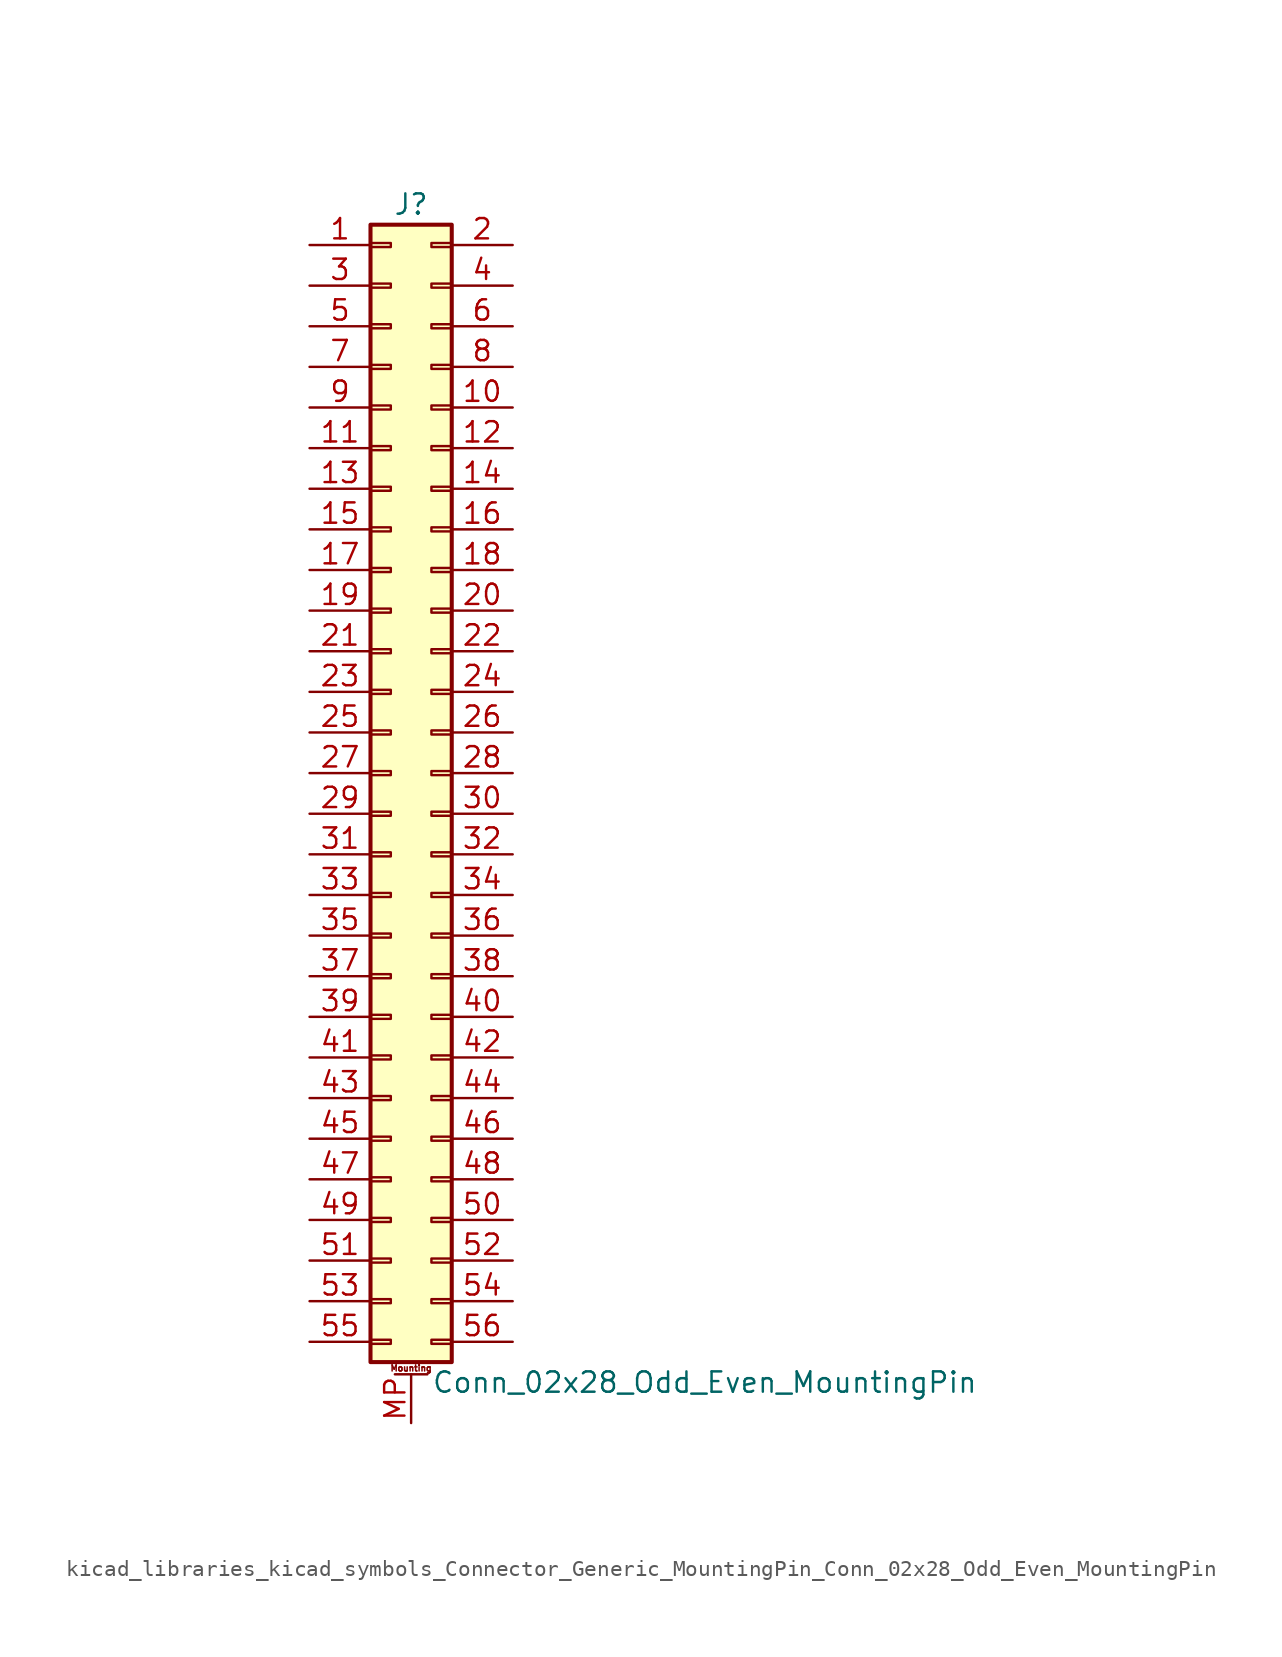
<source format=kicad_sym>
(kicad_symbol_lib
  (version 20220914)
  (generator kicad_symbol_editor)
  (symbol "kicad_libraries_kicad_symbols_Connector_Generic_MountingPin_Conn_02x28_Odd_Even_MountingPin"
    (pin_names
      (offset 1.016) hide)
    (property "Reference" "J"
      (at 1.27 35.56 0)
      (effects (font (size 1.27 1.27))))
    (property "Value" "Conn_02x28_Odd_Even_MountingPin"
      (at 2.54 -38.1 0)
      (effects (font (size 1.27 1.27)) (justify left)))
    (symbol "kicad_libraries_kicad_symbols_Connector_Generic_MountingPin_Conn_02x28_Odd_Even_MountingPin_1_1"
      (rectangle (start -1.27 -35.433) (end 0 -35.687) (stroke (width 0.152) (type default)) (fill (type none)))
      (rectangle (start -1.27 -32.893) (end 0 -33.147) (stroke (width 0.152) (type default)) (fill (type none)))
      (rectangle (start -1.27 -30.353) (end 0 -30.607) (stroke (width 0.152) (type default)) (fill (type none)))
      (rectangle (start -1.27 -27.813) (end 0 -28.067) (stroke (width 0.152) (type default)) (fill (type none)))
      (rectangle (start -1.27 -25.273) (end 0 -25.527) (stroke (width 0.152) (type default)) (fill (type none)))
      (rectangle (start -1.27 -22.733) (end 0 -22.987) (stroke (width 0.152) (type default)) (fill (type none)))
      (rectangle (start -1.27 -20.193) (end 0 -20.447) (stroke (width 0.152) (type default)) (fill (type none)))
      (rectangle (start -1.27 -17.653) (end 0 -17.907) (stroke (width 0.152) (type default)) (fill (type none)))
      (rectangle (start -1.27 -15.113) (end 0 -15.367) (stroke (width 0.152) (type default)) (fill (type none)))
      (rectangle (start -1.27 -12.573) (end 0 -12.827) (stroke (width 0.152) (type default)) (fill (type none)))
      (rectangle (start -1.27 -10.033) (end 0 -10.287) (stroke (width 0.152) (type default)) (fill (type none)))
      (rectangle (start -1.27 -7.493) (end 0 -7.747) (stroke (width 0.152) (type default)) (fill (type none)))
      (rectangle (start -1.27 -4.953) (end 0 -5.207) (stroke (width 0.152) (type default)) (fill (type none)))
      (rectangle (start -1.27 -2.413) (end 0 -2.667) (stroke (width 0.152) (type default)) (fill (type none)))
      (rectangle (start -1.27 0.127) (end 0 -0.127) (stroke (width 0.152) (type default)) (fill (type none)))
      (rectangle (start -1.27 2.667) (end 0 2.413) (stroke (width 0.152) (type default)) (fill (type none)))
      (rectangle (start -1.27 5.207) (end 0 4.953) (stroke (width 0.152) (type default)) (fill (type none)))
      (rectangle (start -1.27 7.747) (end 0 7.493) (stroke (width 0.152) (type default)) (fill (type none)))
      (rectangle (start -1.27 10.287) (end 0 10.033) (stroke (width 0.152) (type default)) (fill (type none)))
      (rectangle (start -1.27 12.827) (end 0 12.573) (stroke (width 0.152) (type default)) (fill (type none)))
      (rectangle (start -1.27 15.367) (end 0 15.113) (stroke (width 0.152) (type default)) (fill (type none)))
      (rectangle (start -1.27 17.907) (end 0 17.653) (stroke (width 0.152) (type default)) (fill (type none)))
      (rectangle (start -1.27 20.447) (end 0 20.193) (stroke (width 0.152) (type default)) (fill (type none)))
      (rectangle (start -1.27 22.987) (end 0 22.733) (stroke (width 0.152) (type default)) (fill (type none)))
      (rectangle (start -1.27 25.527) (end 0 25.273) (stroke (width 0.152) (type default)) (fill (type none)))
      (rectangle (start -1.27 28.067) (end 0 27.813) (stroke (width 0.152) (type default)) (fill (type none)))
      (rectangle (start -1.27 30.607) (end 0 30.353) (stroke (width 0.152) (type default)) (fill (type none)))
      (rectangle (start -1.27 33.147) (end 0 32.893) (stroke (width 0.152) (type default)) (fill (type none)))
      (rectangle (start -1.27 34.29) (end 3.81 -36.83) (stroke (width 0.254) (type default)) (fill (type background)))
      (polyline (pts (xy 0.254 -37.592) (xy 2.286 -37.592)) (stroke (width 0.152) (type default)) (fill (type none)))
      (rectangle (start 3.81 -35.433) (end 2.54 -35.687) (stroke (width 0.152) (type default)) (fill (type none)))
      (rectangle (start 3.81 -32.893) (end 2.54 -33.147) (stroke (width 0.152) (type default)) (fill (type none)))
      (rectangle (start 3.81 -30.353) (end 2.54 -30.607) (stroke (width 0.152) (type default)) (fill (type none)))
      (rectangle (start 3.81 -27.813) (end 2.54 -28.067) (stroke (width 0.152) (type default)) (fill (type none)))
      (rectangle (start 3.81 -25.273) (end 2.54 -25.527) (stroke (width 0.152) (type default)) (fill (type none)))
      (rectangle (start 3.81 -22.733) (end 2.54 -22.987) (stroke (width 0.152) (type default)) (fill (type none)))
      (rectangle (start 3.81 -20.193) (end 2.54 -20.447) (stroke (width 0.152) (type default)) (fill (type none)))
      (rectangle (start 3.81 -17.653) (end 2.54 -17.907) (stroke (width 0.152) (type default)) (fill (type none)))
      (rectangle (start 3.81 -15.113) (end 2.54 -15.367) (stroke (width 0.152) (type default)) (fill (type none)))
      (rectangle (start 3.81 -12.573) (end 2.54 -12.827) (stroke (width 0.152) (type default)) (fill (type none)))
      (rectangle (start 3.81 -10.033) (end 2.54 -10.287) (stroke (width 0.152) (type default)) (fill (type none)))
      (rectangle (start 3.81 -7.493) (end 2.54 -7.747) (stroke (width 0.152) (type default)) (fill (type none)))
      (rectangle (start 3.81 -4.953) (end 2.54 -5.207) (stroke (width 0.152) (type default)) (fill (type none)))
      (rectangle (start 3.81 -2.413) (end 2.54 -2.667) (stroke (width 0.152) (type default)) (fill (type none)))
      (rectangle (start 3.81 0.127) (end 2.54 -0.127) (stroke (width 0.152) (type default)) (fill (type none)))
      (rectangle (start 3.81 2.667) (end 2.54 2.413) (stroke (width 0.152) (type default)) (fill (type none)))
      (rectangle (start 3.81 5.207) (end 2.54 4.953) (stroke (width 0.152) (type default)) (fill (type none)))
      (rectangle (start 3.81 7.747) (end 2.54 7.493) (stroke (width 0.152) (type default)) (fill (type none)))
      (rectangle (start 3.81 10.287) (end 2.54 10.033) (stroke (width 0.152) (type default)) (fill (type none)))
      (rectangle (start 3.81 12.827) (end 2.54 12.573) (stroke (width 0.152) (type default)) (fill (type none)))
      (rectangle (start 3.81 15.367) (end 2.54 15.113) (stroke (width 0.152) (type default)) (fill (type none)))
      (rectangle (start 3.81 17.907) (end 2.54 17.653) (stroke (width 0.152) (type default)) (fill (type none)))
      (rectangle (start 3.81 20.447) (end 2.54 20.193) (stroke (width 0.152) (type default)) (fill (type none)))
      (rectangle (start 3.81 22.987) (end 2.54 22.733) (stroke (width 0.152) (type default)) (fill (type none)))
      (rectangle (start 3.81 25.527) (end 2.54 25.273) (stroke (width 0.152) (type default)) (fill (type none)))
      (rectangle (start 3.81 28.067) (end 2.54 27.813) (stroke (width 0.152) (type default)) (fill (type none)))
      (rectangle (start 3.81 30.607) (end 2.54 30.353) (stroke (width 0.152) (type default)) (fill (type none)))
      (rectangle (start 3.81 33.147) (end 2.54 32.893) (stroke (width 0.152) (type default)) (fill (type none)))
      (text "Mounting" (at 1.27 -37.211 0) (effects (font (size 0.381 0.381))))
      (pin passive line (at -5.08 33.02 0) (length 3.81) (name "Pin_1" (effects (font (size 1.27 1.27)))) (number "1" (effects (font (size 1.27 1.27)))))
      (pin passive line (at 7.62 22.86 180) (length 3.81) (name "Pin_10" (effects (font (size 1.27 1.27)))) (number "10" (effects (font (size 1.27 1.27)))))
      (pin passive line (at -5.08 20.32 0) (length 3.81) (name "Pin_11" (effects (font (size 1.27 1.27)))) (number "11" (effects (font (size 1.27 1.27)))))
      (pin passive line (at 7.62 20.32 180) (length 3.81) (name "Pin_12" (effects (font (size 1.27 1.27)))) (number "12" (effects (font (size 1.27 1.27)))))
      (pin passive line (at -5.08 17.78 0) (length 3.81) (name "Pin_13" (effects (font (size 1.27 1.27)))) (number "13" (effects (font (size 1.27 1.27)))))
      (pin passive line (at 7.62 17.78 180) (length 3.81) (name "Pin_14" (effects (font (size 1.27 1.27)))) (number "14" (effects (font (size 1.27 1.27)))))
      (pin passive line (at -5.08 15.24 0) (length 3.81) (name "Pin_15" (effects (font (size 1.27 1.27)))) (number "15" (effects (font (size 1.27 1.27)))))
      (pin passive line (at 7.62 15.24 180) (length 3.81) (name "Pin_16" (effects (font (size 1.27 1.27)))) (number "16" (effects (font (size 1.27 1.27)))))
      (pin passive line (at -5.08 12.7 0) (length 3.81) (name "Pin_17" (effects (font (size 1.27 1.27)))) (number "17" (effects (font (size 1.27 1.27)))))
      (pin passive line (at 7.62 12.7 180) (length 3.81) (name "Pin_18" (effects (font (size 1.27 1.27)))) (number "18" (effects (font (size 1.27 1.27)))))
      (pin passive line (at -5.08 10.16 0) (length 3.81) (name "Pin_19" (effects (font (size 1.27 1.27)))) (number "19" (effects (font (size 1.27 1.27)))))
      (pin passive line (at 7.62 33.02 180) (length 3.81) (name "Pin_2" (effects (font (size 1.27 1.27)))) (number "2" (effects (font (size 1.27 1.27)))))
      (pin passive line (at 7.62 10.16 180) (length 3.81) (name "Pin_20" (effects (font (size 1.27 1.27)))) (number "20" (effects (font (size 1.27 1.27)))))
      (pin passive line (at -5.08 7.62 0) (length 3.81) (name "Pin_21" (effects (font (size 1.27 1.27)))) (number "21" (effects (font (size 1.27 1.27)))))
      (pin passive line (at 7.62 7.62 180) (length 3.81) (name "Pin_22" (effects (font (size 1.27 1.27)))) (number "22" (effects (font (size 1.27 1.27)))))
      (pin passive line (at -5.08 5.08 0) (length 3.81) (name "Pin_23" (effects (font (size 1.27 1.27)))) (number "23" (effects (font (size 1.27 1.27)))))
      (pin passive line (at 7.62 5.08 180) (length 3.81) (name "Pin_24" (effects (font (size 1.27 1.27)))) (number "24" (effects (font (size 1.27 1.27)))))
      (pin passive line (at -5.08 2.54 0) (length 3.81) (name "Pin_25" (effects (font (size 1.27 1.27)))) (number "25" (effects (font (size 1.27 1.27)))))
      (pin passive line (at 7.62 2.54 180) (length 3.81) (name "Pin_26" (effects (font (size 1.27 1.27)))) (number "26" (effects (font (size 1.27 1.27)))))
      (pin passive line (at -5.08 0 0) (length 3.81) (name "Pin_27" (effects (font (size 1.27 1.27)))) (number "27" (effects (font (size 1.27 1.27)))))
      (pin passive line (at 7.62 0 180) (length 3.81) (name "Pin_28" (effects (font (size 1.27 1.27)))) (number "28" (effects (font (size 1.27 1.27)))))
      (pin passive line (at -5.08 -2.54 0) (length 3.81) (name "Pin_29" (effects (font (size 1.27 1.27)))) (number "29" (effects (font (size 1.27 1.27)))))
      (pin passive line (at -5.08 30.48 0) (length 3.81) (name "Pin_3" (effects (font (size 1.27 1.27)))) (number "3" (effects (font (size 1.27 1.27)))))
      (pin passive line (at 7.62 -2.54 180) (length 3.81) (name "Pin_30" (effects (font (size 1.27 1.27)))) (number "30" (effects (font (size 1.27 1.27)))))
      (pin passive line (at -5.08 -5.08 0) (length 3.81) (name "Pin_31" (effects (font (size 1.27 1.27)))) (number "31" (effects (font (size 1.27 1.27)))))
      (pin passive line (at 7.62 -5.08 180) (length 3.81) (name "Pin_32" (effects (font (size 1.27 1.27)))) (number "32" (effects (font (size 1.27 1.27)))))
      (pin passive line (at -5.08 -7.62 0) (length 3.81) (name "Pin_33" (effects (font (size 1.27 1.27)))) (number "33" (effects (font (size 1.27 1.27)))))
      (pin passive line (at 7.62 -7.62 180) (length 3.81) (name "Pin_34" (effects (font (size 1.27 1.27)))) (number "34" (effects (font (size 1.27 1.27)))))
      (pin passive line (at -5.08 -10.16 0) (length 3.81) (name "Pin_35" (effects (font (size 1.27 1.27)))) (number "35" (effects (font (size 1.27 1.27)))))
      (pin passive line (at 7.62 -10.16 180) (length 3.81) (name "Pin_36" (effects (font (size 1.27 1.27)))) (number "36" (effects (font (size 1.27 1.27)))))
      (pin passive line (at -5.08 -12.7 0) (length 3.81) (name "Pin_37" (effects (font (size 1.27 1.27)))) (number "37" (effects (font (size 1.27 1.27)))))
      (pin passive line (at 7.62 -12.7 180) (length 3.81) (name "Pin_38" (effects (font (size 1.27 1.27)))) (number "38" (effects (font (size 1.27 1.27)))))
      (pin passive line (at -5.08 -15.24 0) (length 3.81) (name "Pin_39" (effects (font (size 1.27 1.27)))) (number "39" (effects (font (size 1.27 1.27)))))
      (pin passive line (at 7.62 30.48 180) (length 3.81) (name "Pin_4" (effects (font (size 1.27 1.27)))) (number "4" (effects (font (size 1.27 1.27)))))
      (pin passive line (at 7.62 -15.24 180) (length 3.81) (name "Pin_40" (effects (font (size 1.27 1.27)))) (number "40" (effects (font (size 1.27 1.27)))))
      (pin passive line (at -5.08 -17.78 0) (length 3.81) (name "Pin_41" (effects (font (size 1.27 1.27)))) (number "41" (effects (font (size 1.27 1.27)))))
      (pin passive line (at 7.62 -17.78 180) (length 3.81) (name "Pin_42" (effects (font (size 1.27 1.27)))) (number "42" (effects (font (size 1.27 1.27)))))
      (pin passive line (at -5.08 -20.32 0) (length 3.81) (name "Pin_43" (effects (font (size 1.27 1.27)))) (number "43" (effects (font (size 1.27 1.27)))))
      (pin passive line (at 7.62 -20.32 180) (length 3.81) (name "Pin_44" (effects (font (size 1.27 1.27)))) (number "44" (effects (font (size 1.27 1.27)))))
      (pin passive line (at -5.08 -22.86 0) (length 3.81) (name "Pin_45" (effects (font (size 1.27 1.27)))) (number "45" (effects (font (size 1.27 1.27)))))
      (pin passive line (at 7.62 -22.86 180) (length 3.81) (name "Pin_46" (effects (font (size 1.27 1.27)))) (number "46" (effects (font (size 1.27 1.27)))))
      (pin passive line (at -5.08 -25.4 0) (length 3.81) (name "Pin_47" (effects (font (size 1.27 1.27)))) (number "47" (effects (font (size 1.27 1.27)))))
      (pin passive line (at 7.62 -25.4 180) (length 3.81) (name "Pin_48" (effects (font (size 1.27 1.27)))) (number "48" (effects (font (size 1.27 1.27)))))
      (pin passive line (at -5.08 -27.94 0) (length 3.81) (name "Pin_49" (effects (font (size 1.27 1.27)))) (number "49" (effects (font (size 1.27 1.27)))))
      (pin passive line (at -5.08 27.94 0) (length 3.81) (name "Pin_5" (effects (font (size 1.27 1.27)))) (number "5" (effects (font (size 1.27 1.27)))))
      (pin passive line (at 7.62 -27.94 180) (length 3.81) (name "Pin_50" (effects (font (size 1.27 1.27)))) (number "50" (effects (font (size 1.27 1.27)))))
      (pin passive line (at -5.08 -30.48 0) (length 3.81) (name "Pin_51" (effects (font (size 1.27 1.27)))) (number "51" (effects (font (size 1.27 1.27)))))
      (pin passive line (at 7.62 -30.48 180) (length 3.81) (name "Pin_52" (effects (font (size 1.27 1.27)))) (number "52" (effects (font (size 1.27 1.27)))))
      (pin passive line (at -5.08 -33.02 0) (length 3.81) (name "Pin_53" (effects (font (size 1.27 1.27)))) (number "53" (effects (font (size 1.27 1.27)))))
      (pin passive line (at 7.62 -33.02 180) (length 3.81) (name "Pin_54" (effects (font (size 1.27 1.27)))) (number "54" (effects (font (size 1.27 1.27)))))
      (pin passive line (at -5.08 -35.56 0) (length 3.81) (name "Pin_55" (effects (font (size 1.27 1.27)))) (number "55" (effects (font (size 1.27 1.27)))))
      (pin passive line (at 7.62 -35.56 180) (length 3.81) (name "Pin_56" (effects (font (size 1.27 1.27)))) (number "56" (effects (font (size 1.27 1.27)))))
      (pin passive line (at 7.62 27.94 180) (length 3.81) (name "Pin_6" (effects (font (size 1.27 1.27)))) (number "6" (effects (font (size 1.27 1.27)))))
      (pin passive line (at -5.08 25.4 0) (length 3.81) (name "Pin_7" (effects (font (size 1.27 1.27)))) (number "7" (effects (font (size 1.27 1.27)))))
      (pin passive line (at 7.62 25.4 180) (length 3.81) (name "Pin_8" (effects (font (size 1.27 1.27)))) (number "8" (effects (font (size 1.27 1.27)))))
      (pin passive line (at -5.08 22.86 0) (length 3.81) (name "Pin_9" (effects (font (size 1.27 1.27)))) (number "9" (effects (font (size 1.27 1.27)))))
      (pin passive line (at 1.27 -40.64 90) (length 3.048) (name "MountPin" (effects (font (size 1.27 1.27)))) (number "MP" (effects (font (size 1.27 1.27))))))))
</source>
